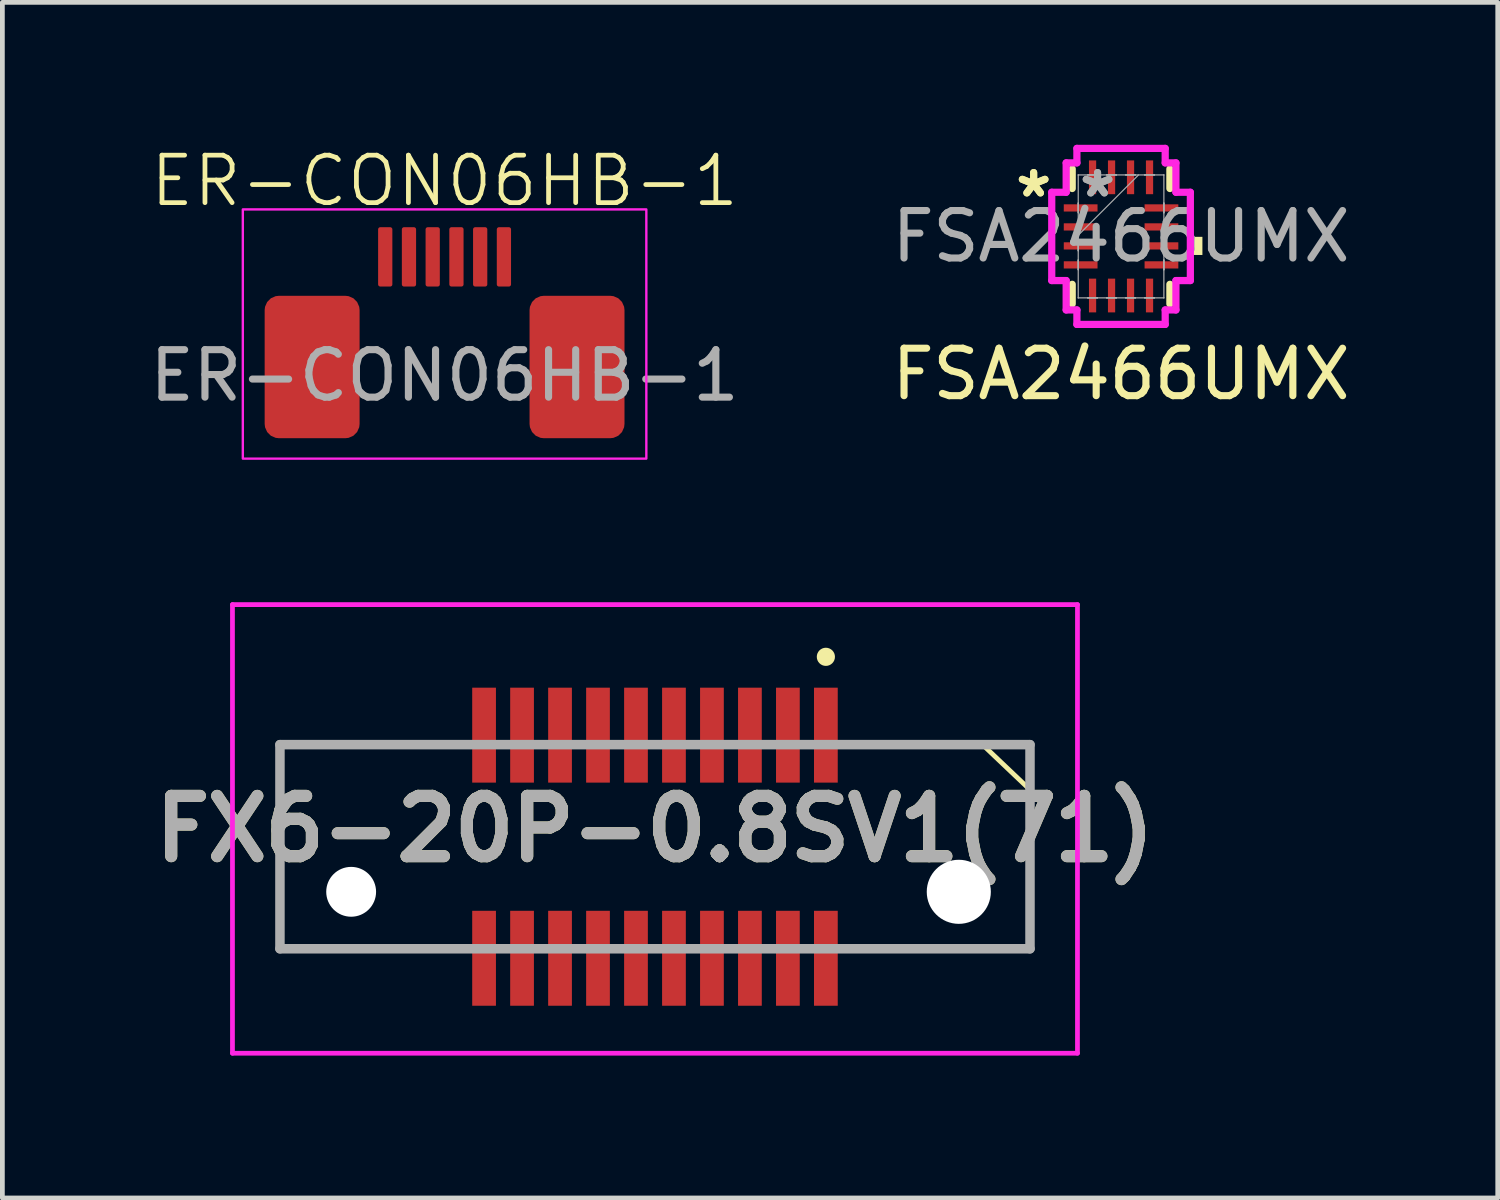
<source format=kicad_pcb>
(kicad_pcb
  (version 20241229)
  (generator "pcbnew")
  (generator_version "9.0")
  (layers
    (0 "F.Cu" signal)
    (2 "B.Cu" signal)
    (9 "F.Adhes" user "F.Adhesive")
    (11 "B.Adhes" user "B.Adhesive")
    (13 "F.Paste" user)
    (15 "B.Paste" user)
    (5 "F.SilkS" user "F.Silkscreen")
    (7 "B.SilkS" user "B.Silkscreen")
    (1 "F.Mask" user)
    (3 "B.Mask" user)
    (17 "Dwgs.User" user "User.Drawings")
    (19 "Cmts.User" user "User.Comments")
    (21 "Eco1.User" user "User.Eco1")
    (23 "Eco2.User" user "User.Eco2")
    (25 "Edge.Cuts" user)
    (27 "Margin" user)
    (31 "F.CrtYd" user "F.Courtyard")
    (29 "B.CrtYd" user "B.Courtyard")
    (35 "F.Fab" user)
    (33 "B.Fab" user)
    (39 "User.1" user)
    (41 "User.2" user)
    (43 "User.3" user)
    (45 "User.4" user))
  (footprint "ER-CON06HB-1"
    (layer "F.Cu")
    (at 6.315 2.361)
    (property "Reference" "ER-CON06HB-1" (at 0 -1.6 0) (unlocked yes) (layer "F.SilkS") (effects (font (size 1 1) (thickness 0.1))))
    (attr smd)
    (fp_rect (start -4.25 -1) (end 4.25 4.25) (stroke (width 0.05) (type default)) (fill no) (layer "F.CrtYd"))
    (fp_text user "${REFERENCE}" (at 0 2.5 0) (unlocked yes) (layer "F.Fab") (effects (font (size 1 1) (thickness 0.15))))
    (pad "1" smd roundrect (at -1.25 0) (size 0.3 1.25) (layers "F.Cu" "F.Mask" "F.Paste") (roundrect_rratio 0.15))
    (pad "2" smd roundrect (at -0.75 0) (size 0.3 1.25) (layers "F.Cu" "F.Mask" "F.Paste") (roundrect_rratio 0.15))
    (pad "3" smd roundrect (at -0.25 0) (size 0.3 1.25) (layers "F.Cu" "F.Mask" "F.Paste") (roundrect_rratio 0.15))
    (pad "4" smd roundrect (at 0.25 0) (size 0.3 1.25) (layers "F.Cu" "F.Mask" "F.Paste") (roundrect_rratio 0.15))
    (pad "5" smd roundrect (at 0.75 0) (size 0.3 1.25) (layers "F.Cu" "F.Mask" "F.Paste") (roundrect_rratio 0.15))
    (pad "6" smd roundrect (at 1.25 0) (size 0.3 1.25) (layers "F.Cu" "F.Mask" "F.Paste") (roundrect_rratio 0.15))
    (pad "MP" smd roundrect (at -2.79 2.32) (size 2 3) (layers "F.Cu" "F.Mask" "F.Paste") (roundrect_rratio 0.15))
    (pad "MP" smd roundrect (at 2.79 2.32) (size 2 3) (layers "F.Cu" "F.Mask" "F.Paste") (roundrect_rratio 0.15)))
  (footprint "FX6-20P-0.8SV1(71)"
    (layer "F.Cu")
    (at 10.747 14.786)
    (property "Reference" "FX6-20P-0.8SV1(71)" (at 0 -0.375 0) (layer "F.SilkS") (effects (font (size 1.27 1.27) (thickness 0.254))))
    (attr through_hole)
    (fp_line (start -7.9 -2.15) (end -7.9 -2.15) (stroke (width 0.1) (type solid)) (layer "F.SilkS"))
    (fp_line (start -7.9 -2.15) (end -7.9 -2.15) (stroke (width 0.1) (type solid)) (layer "F.SilkS"))
    (fp_line (start -7.9 -2.15) (end -7.9 2.15) (stroke (width 0.1) (type solid)) (layer "F.SilkS"))
    (fp_line (start -7.9 -2.15) (end -4.5 -2.15) (stroke (width 0.1) (type solid)) (layer "F.SilkS"))
    (fp_line (start -7.9 2.15) (end -7.9 -2.15) (stroke (width 0.1) (type solid)) (layer "F.SilkS"))
    (fp_line (start -7.9 2.15) (end -7.9 2.15) (stroke (width 0.1) (type solid)) (layer "F.SilkS"))
    (fp_line (start -7.9 2.15) (end -7.9 2.15) (stroke (width 0.1) (type solid)) (layer "F.SilkS"))
    (fp_line (start -7.9 2.15) (end -4.5 2.15) (stroke (width 0.1) (type solid)) (layer "F.SilkS"))
    (fp_line (start -4.5 -2.15) (end -7.9 -2.15) (stroke (width 0.1) (type solid)) (layer "F.SilkS"))
    (fp_line (start -4.5 -2.15) (end -4.5 -2.15) (stroke (width 0.1) (type solid)) (layer "F.SilkS"))
    (fp_line (start -4.5 2.15) (end -7.9 2.15) (stroke (width 0.1) (type solid)) (layer "F.SilkS"))
    (fp_line (start -4.5 2.15) (end -4.5 2.15) (stroke (width 0.1) (type solid)) (layer "F.SilkS"))
    (fp_line (start 4.5 -2.15) (end 4.5 -2.15) (stroke (width 0.1) (type solid)) (layer "F.SilkS"))
    (fp_line (start 4.5 -2.15) (end 6.9 -2.15) (stroke (width 0.1) (type solid)) (layer "F.SilkS"))
    (fp_line (start 4.5 2.15) (end 4.5 2.15) (stroke (width 0.1) (type solid)) (layer "F.SilkS"))
    (fp_line (start 4.5 2.15) (end 7.9 2.15) (stroke (width 0.1) (type solid)) (layer "F.SilkS"))
    (fp_line (start 6.9 -2.15) (end 4.5 -2.15) (stroke (width 0.1) (type solid)) (layer "F.SilkS"))
    (fp_line (start 6.9 -2.15) (end 7.9 -1.2) (stroke (width 0.1) (type default)) (layer "F.SilkS"))
    (fp_line (start 7.9 -1.2) (end 7.9 2.15) (stroke (width 0.1) (type solid)) (layer "F.SilkS"))
    (fp_line (start 7.9 2.15) (end 4.5 2.15) (stroke (width 0.1) (type solid)) (layer "F.SilkS"))
    (fp_line (start 7.9 2.15) (end 7.9 -1.2) (stroke (width 0.1) (type solid)) (layer "F.SilkS"))
    (fp_line (start 7.9 2.15) (end 7.9 2.15) (stroke (width 0.1) (type solid)) (layer "F.SilkS"))
    (fp_line (start 7.9 2.15) (end 7.9 2.15) (stroke (width 0.1) (type solid)) (layer "F.SilkS"))
    (fp_circle (center 3.6 -4) (end 3.7 -3.9) (stroke (width 0.1) (type solid)) (fill yes) (layer "F.SilkS"))
    (fp_line (start -8.9 -5.1) (end 8.9 -5.1) (stroke (width 0.1) (type solid)) (layer "F.CrtYd"))
    (fp_line (start -8.9 4.35) (end -8.9 -5.1) (stroke (width 0.1) (type solid)) (layer "F.CrtYd"))
    (fp_line (start 8.9 -5.1) (end 8.9 4.35) (stroke (width 0.1) (type solid)) (layer "F.CrtYd"))
    (fp_line (start 8.9 4.35) (end -8.9 4.35) (stroke (width 0.1) (type solid)) (layer "F.CrtYd"))
    (fp_line (start -7.9 -2.15) (end -7.9 2.15) (stroke (width 0.2) (type solid)) (layer "F.Fab"))
    (fp_line (start -7.9 2.15) (end 7.9 2.15) (stroke (width 0.2) (type solid)) (layer "F.Fab"))
    (fp_line (start 7.9 -2.15) (end -7.9 -2.15) (stroke (width 0.2) (type solid)) (layer "F.Fab"))
    (fp_line (start 7.9 2.15) (end 7.9 -2.15) (stroke (width 0.2) (type solid)) (layer "F.Fab"))
    (fp_text user "${REFERENCE}" (at 0 -0.375 0) (layer "F.Fab") (effects (font (size 1.27 1.27) (thickness 0.254))))
    (pad "" np_thru_hole circle (at -6.4 0.95) (size 1.05 1.05) (drill 1.05) (layers "*.Cu" "*.Mask"))
    (pad "" np_thru_hole circle (at 6.4 0.95) (size 1.35 1.35) (drill 1.35) (layers "*.Cu" "*.Mask"))
    (pad "1" smd rect (at 3.6 -2.35) (size 0.5 2) (layers "F.Cu" "F.Mask" "F.Paste"))
    (pad "2" smd rect (at 3.6 2.35) (size 0.5 2) (layers "F.Cu" "F.Mask" "F.Paste"))
    (pad "3" smd rect (at 2.8 -2.35) (size 0.5 2) (layers "F.Cu" "F.Mask" "F.Paste"))
    (pad "4" smd rect (at 2.8 2.35) (size 0.5 2) (layers "F.Cu" "F.Mask" "F.Paste"))
    (pad "5" smd rect (at 2 -2.35) (size 0.5 2) (layers "F.Cu" "F.Mask" "F.Paste"))
    (pad "6" smd rect (at 2 2.35) (size 0.5 2) (layers "F.Cu" "F.Mask" "F.Paste"))
    (pad "7" smd rect (at 1.2 -2.35) (size 0.5 2) (layers "F.Cu" "F.Mask" "F.Paste"))
    (pad "8" smd rect (at 1.2 2.35) (size 0.5 2) (layers "F.Cu" "F.Mask" "F.Paste"))
    (pad "9" smd rect (at 0.4 -2.35) (size 0.5 2) (layers "F.Cu" "F.Mask" "F.Paste"))
    (pad "10" smd rect (at 0.4 2.35) (size 0.5 2) (layers "F.Cu" "F.Mask" "F.Paste"))
    (pad "11" smd rect (at -0.4 -2.35) (size 0.5 2) (layers "F.Cu" "F.Mask" "F.Paste"))
    (pad "12" smd rect (at -0.4 2.35) (size 0.5 2) (layers "F.Cu" "F.Mask" "F.Paste"))
    (pad "13" smd rect (at -1.2 -2.35) (size 0.5 2) (layers "F.Cu" "F.Mask" "F.Paste"))
    (pad "14" smd rect (at -1.2 2.35) (size 0.5 2) (layers "F.Cu" "F.Mask" "F.Paste"))
    (pad "15" smd rect (at -2 -2.35) (size 0.5 2) (layers "F.Cu" "F.Mask" "F.Paste"))
    (pad "16" smd rect (at -2 2.35) (size 0.5 2) (layers "F.Cu" "F.Mask" "F.Paste"))
    (pad "17" smd rect (at -2.8 -2.35) (size 0.5 2) (layers "F.Cu" "F.Mask" "F.Paste"))
    (pad "18" smd rect (at -2.8 2.35) (size 0.5 2) (layers "F.Cu" "F.Mask" "F.Paste"))
    (pad "19" smd rect (at -3.6 -2.35) (size 0.5 2) (layers "F.Cu" "F.Mask" "F.Paste"))
    (pad "20" smd rect (at -3.6 2.35) (size 0.5 2) (layers "F.Cu" "F.Mask" "F.Paste")))
  (footprint "FSA2466UMX"
    (layer "F.Cu")
    (at 20.565 1.93)
    (property "Reference" "FSA2466UMX" (at 0 2.9 0) (unlocked yes) (layer "F.SilkS") (effects (font (size 1 1) (thickness 0.15))))
    (attr smd)
    (fp_line (start -1.029 -1.422) (end -1.029 -1.009) (stroke (width 0.152) (type solid)) (layer "F.SilkS"))
    (fp_line (start -1.029 1.009) (end -1.029 1.422) (stroke (width 0.152) (type solid)) (layer "F.SilkS"))
    (fp_line (start 1.029 -1.009) (end 1.029 -1.422) (stroke (width 0.152) (type solid)) (layer "F.SilkS"))
    (fp_line (start 1.029 1.422) (end 1.029 1.009) (stroke (width 0.152) (type solid)) (layer "F.SilkS"))
    (fp_poly (pts (xy 1.714 0.009) (xy 1.714 0.391) (xy 1.46 0.391) (xy 1.46 0.009)) (stroke (width 0) (type solid)) (fill yes) (layer "F.SilkS"))
    (fp_line (start -1.46 -0.93) (end -1.156 -0.93) (stroke (width 0.152) (type solid)) (layer "F.CrtYd"))
    (fp_line (start -1.46 0.93) (end -1.46 -0.93) (stroke (width 0.152) (type solid)) (layer "F.CrtYd"))
    (fp_line (start -1.156 -1.549) (end -0.93 -1.549) (stroke (width 0.152) (type solid)) (layer "F.CrtYd"))
    (fp_line (start -1.156 -0.93) (end -1.156 -1.549) (stroke (width 0.152) (type solid)) (layer "F.CrtYd"))
    (fp_line (start -1.156 0.93) (end -1.46 0.93) (stroke (width 0.152) (type solid)) (layer "F.CrtYd"))
    (fp_line (start -1.156 1.549) (end -1.156 0.93) (stroke (width 0.152) (type solid)) (layer "F.CrtYd"))
    (fp_line (start -0.93 -1.854) (end 0.93 -1.854) (stroke (width 0.152) (type solid)) (layer "F.CrtYd"))
    (fp_line (start -0.93 -1.549) (end -0.93 -1.854) (stroke (width 0.152) (type solid)) (layer "F.CrtYd"))
    (fp_line (start -0.93 1.549) (end -1.156 1.549) (stroke (width 0.152) (type solid)) (layer "F.CrtYd"))
    (fp_line (start -0.93 1.854) (end -0.93 1.549) (stroke (width 0.152) (type solid)) (layer "F.CrtYd"))
    (fp_line (start 0.93 -1.854) (end 0.93 -1.549) (stroke (width 0.152) (type solid)) (layer "F.CrtYd"))
    (fp_line (start 0.93 -1.549) (end 1.156 -1.549) (stroke (width 0.152) (type solid)) (layer "F.CrtYd"))
    (fp_line (start 0.93 1.549) (end 0.93 1.854) (stroke (width 0.152) (type solid)) (layer "F.CrtYd"))
    (fp_line (start 0.93 1.854) (end -0.93 1.854) (stroke (width 0.152) (type solid)) (layer "F.CrtYd"))
    (fp_line (start 1.156 -1.549) (end 1.156 -0.93) (stroke (width 0.152) (type solid)) (layer "F.CrtYd"))
    (fp_line (start 1.156 -0.93) (end 1.46 -0.93) (stroke (width 0.152) (type solid)) (layer "F.CrtYd"))
    (fp_line (start 1.156 0.93) (end 1.156 1.549) (stroke (width 0.152) (type solid)) (layer "F.CrtYd"))
    (fp_line (start 1.156 1.549) (end 0.93 1.549) (stroke (width 0.152) (type solid)) (layer "F.CrtYd"))
    (fp_line (start 1.46 -0.93) (end 1.46 0.93) (stroke (width 0.152) (type solid)) (layer "F.CrtYd"))
    (fp_line (start 1.46 0.93) (end 1.156 0.93) (stroke (width 0.152) (type solid)) (layer "F.CrtYd"))
    (fp_line (start -0.902 -1.295) (end -0.902 -1.295) (stroke (width 0.025) (type solid)) (layer "F.Fab"))
    (fp_line (start -0.902 -1.295) (end -0.902 1.295) (stroke (width 0.025) (type solid)) (layer "F.Fab"))
    (fp_line (start -0.902 -0.702) (end -0.902 -0.702) (stroke (width 0.025) (type solid)) (layer "F.Fab"))
    (fp_line (start -0.902 -0.702) (end -0.902 -0.498) (stroke (width 0.025) (type solid)) (layer "F.Fab"))
    (fp_line (start -0.902 -0.498) (end -0.902 -0.702) (stroke (width 0.025) (type solid)) (layer "F.Fab"))
    (fp_line (start -0.902 -0.498) (end -0.902 -0.498) (stroke (width 0.025) (type solid)) (layer "F.Fab"))
    (fp_line (start -0.902 -0.302) (end -0.902 -0.302) (stroke (width 0.025) (type solid)) (layer "F.Fab"))
    (fp_line (start -0.902 -0.302) (end -0.902 -0.098) (stroke (width 0.025) (type solid)) (layer "F.Fab"))
    (fp_line (start -0.902 -0.098) (end -0.902 -0.302) (stroke (width 0.025) (type solid)) (layer "F.Fab"))
    (fp_line (start -0.902 -0.098) (end -0.902 -0.098) (stroke (width 0.025) (type solid)) (layer "F.Fab"))
    (fp_line (start -0.902 -0.025) (end 0.368 -1.295) (stroke (width 0.025) (type solid)) (layer "F.Fab"))
    (fp_line (start -0.902 0.098) (end -0.902 0.098) (stroke (width 0.025) (type solid)) (layer "F.Fab"))
    (fp_line (start -0.902 0.098) (end -0.902 0.302) (stroke (width 0.025) (type solid)) (layer "F.Fab"))
    (fp_line (start -0.902 0.302) (end -0.902 0.098) (stroke (width 0.025) (type solid)) (layer "F.Fab"))
    (fp_line (start -0.902 0.302) (end -0.902 0.302) (stroke (width 0.025) (type solid)) (layer "F.Fab"))
    (fp_line (start -0.902 0.498) (end -0.902 0.498) (stroke (width 0.025) (type solid)) (layer "F.Fab"))
    (fp_line (start -0.902 0.498) (end -0.902 0.702) (stroke (width 0.025) (type solid)) (layer "F.Fab"))
    (fp_line (start -0.902 0.702) (end -0.902 0.498) (stroke (width 0.025) (type solid)) (layer "F.Fab"))
    (fp_line (start -0.902 0.702) (end -0.902 0.702) (stroke (width 0.025) (type solid)) (layer "F.Fab"))
    (fp_line (start -0.902 1.295) (end -0.902 1.295) (stroke (width 0.025) (type solid)) (layer "F.Fab"))
    (fp_line (start -0.902 1.295) (end 0.902 1.295) (stroke (width 0.025) (type solid)) (layer "F.Fab"))
    (fp_line (start -0.702 -1.295) (end -0.702 -1.295) (stroke (width 0.025) (type solid)) (layer "F.Fab"))
    (fp_line (start -0.702 -1.295) (end -0.498 -1.295) (stroke (width 0.025) (type solid)) (layer "F.Fab"))
    (fp_line (start -0.702 1.295) (end -0.702 1.295) (stroke (width 0.025) (type solid)) (layer "F.Fab"))
    (fp_line (start -0.702 1.295) (end -0.498 1.295) (stroke (width 0.025) (type solid)) (layer "F.Fab"))
    (fp_line (start -0.498 -1.295) (end -0.702 -1.295) (stroke (width 0.025) (type solid)) (layer "F.Fab"))
    (fp_line (start -0.498 -1.295) (end -0.498 -1.295) (stroke (width 0.025) (type solid)) (layer "F.Fab"))
    (fp_line (start -0.498 1.295) (end -0.702 1.295) (stroke (width 0.025) (type solid)) (layer "F.Fab"))
    (fp_line (start -0.498 1.295) (end -0.498 1.295) (stroke (width 0.025) (type solid)) (layer "F.Fab"))
    (fp_line (start -0.302 -1.295) (end -0.302 -1.295) (stroke (width 0.025) (type solid)) (layer "F.Fab"))
    (fp_line (start -0.302 -1.295) (end -0.098 -1.295) (stroke (width 0.025) (type solid)) (layer "F.Fab"))
    (fp_line (start -0.302 1.295) (end -0.302 1.295) (stroke (width 0.025) (type solid)) (layer "F.Fab"))
    (fp_line (start -0.302 1.295) (end -0.098 1.295) (stroke (width 0.025) (type solid)) (layer "F.Fab"))
    (fp_line (start -0.098 -1.295) (end -0.302 -1.295) (stroke (width 0.025) (type solid)) (layer "F.Fab"))
    (fp_line (start -0.098 -1.295) (end -0.098 -1.295) (stroke (width 0.025) (type solid)) (layer "F.Fab"))
    (fp_line (start -0.098 1.295) (end -0.302 1.295) (stroke (width 0.025) (type solid)) (layer "F.Fab"))
    (fp_line (start -0.098 1.295) (end -0.098 1.295) (stroke (width 0.025) (type solid)) (layer "F.Fab"))
    (fp_line (start 0.098 -1.295) (end 0.098 -1.295) (stroke (width 0.025) (type solid)) (layer "F.Fab"))
    (fp_line (start 0.098 -1.295) (end 0.302 -1.295) (stroke (width 0.025) (type solid)) (layer "F.Fab"))
    (fp_line (start 0.098 1.295) (end 0.098 1.295) (stroke (width 0.025) (type solid)) (layer "F.Fab"))
    (fp_line (start 0.098 1.295) (end 0.302 1.295) (stroke (width 0.025) (type solid)) (layer "F.Fab"))
    (fp_line (start 0.302 -1.295) (end 0.098 -1.295) (stroke (width 0.025) (type solid)) (layer "F.Fab"))
    (fp_line (start 0.302 -1.295) (end 0.302 -1.295) (stroke (width 0.025) (type solid)) (layer "F.Fab"))
    (fp_line (start 0.302 1.295) (end 0.098 1.295) (stroke (width 0.025) (type solid)) (layer "F.Fab"))
    (fp_line (start 0.302 1.295) (end 0.302 1.295) (stroke (width 0.025) (type solid)) (layer "F.Fab"))
    (fp_line (start 0.498 -1.295) (end 0.498 -1.295) (stroke (width 0.025) (type solid)) (layer "F.Fab"))
    (fp_line (start 0.498 -1.295) (end 0.702 -1.295) (stroke (width 0.025) (type solid)) (layer "F.Fab"))
    (fp_line (start 0.498 1.295) (end 0.498 1.295) (stroke (width 0.025) (type solid)) (layer "F.Fab"))
    (fp_line (start 0.498 1.295) (end 0.702 1.295) (stroke (width 0.025) (type solid)) (layer "F.Fab"))
    (fp_line (start 0.702 -1.295) (end 0.498 -1.295) (stroke (width 0.025) (type solid)) (layer "F.Fab"))
    (fp_line (start 0.702 -1.295) (end 0.702 -1.295) (stroke (width 0.025) (type solid)) (layer "F.Fab"))
    (fp_line (start 0.702 1.295) (end 0.498 1.295) (stroke (width 0.025) (type solid)) (layer "F.Fab"))
    (fp_line (start 0.702 1.295) (end 0.702 1.295) (stroke (width 0.025) (type solid)) (layer "F.Fab"))
    (fp_line (start 0.902 -1.295) (end -0.902 -1.295) (stroke (width 0.025) (type solid)) (layer "F.Fab"))
    (fp_line (start 0.902 -1.295) (end 0.902 -1.295) (stroke (width 0.025) (type solid)) (layer "F.Fab"))
    (fp_line (start 0.902 -0.702) (end 0.902 -0.702) (stroke (width 0.025) (type solid)) (layer "F.Fab"))
    (fp_line (start 0.902 -0.702) (end 0.902 -0.498) (stroke (width 0.025) (type solid)) (layer "F.Fab"))
    (fp_line (start 0.902 -0.498) (end 0.902 -0.702) (stroke (width 0.025) (type solid)) (layer "F.Fab"))
    (fp_line (start 0.902 -0.498) (end 0.902 -0.498) (stroke (width 0.025) (type solid)) (layer "F.Fab"))
    (fp_line (start 0.902 -0.302) (end 0.902 -0.302) (stroke (width 0.025) (type solid)) (layer "F.Fab"))
    (fp_line (start 0.902 -0.302) (end 0.902 -0.098) (stroke (width 0.025) (type solid)) (layer "F.Fab"))
    (fp_line (start 0.902 -0.098) (end 0.902 -0.302) (stroke (width 0.025) (type solid)) (layer "F.Fab"))
    (fp_line (start 0.902 -0.098) (end 0.902 -0.098) (stroke (width 0.025) (type solid)) (layer "F.Fab"))
    (fp_line (start 0.902 0.098) (end 0.902 0.098) (stroke (width 0.025) (type solid)) (layer "F.Fab"))
    (fp_line (start 0.902 0.098) (end 0.902 0.302) (stroke (width 0.025) (type solid)) (layer "F.Fab"))
    (fp_line (start 0.902 0.302) (end 0.902 0.098) (stroke (width 0.025) (type solid)) (layer "F.Fab"))
    (fp_line (start 0.902 0.302) (end 0.902 0.302) (stroke (width 0.025) (type solid)) (layer "F.Fab"))
    (fp_line (start 0.902 0.498) (end 0.902 0.498) (stroke (width 0.025) (type solid)) (layer "F.Fab"))
    (fp_line (start 0.902 0.498) (end 0.902 0.702) (stroke (width 0.025) (type solid)) (layer "F.Fab"))
    (fp_line (start 0.902 0.702) (end 0.902 0.498) (stroke (width 0.025) (type solid)) (layer "F.Fab"))
    (fp_line (start 0.902 0.702) (end 0.902 0.702) (stroke (width 0.025) (type solid)) (layer "F.Fab"))
    (fp_line (start 0.902 1.295) (end 0.902 -1.295) (stroke (width 0.025) (type solid)) (layer "F.Fab"))
    (fp_line (start 0.902 1.295) (end 0.902 1.295) (stroke (width 0.025) (type solid)) (layer "F.Fab"))
    (fp_text user "*" (at -1.841 -0.8 0) (layer "F.SilkS") (effects (font (size 1 1) (thickness 0.15))))
    (fp_text user "*" (at -1.841 -0.8 0) (unlocked yes) (layer "F.SilkS") (effects (font (size 1 1) (thickness 0.15))))
    (fp_text user "${REFERENCE}" (at 0 0 0) (unlocked yes) (layer "F.Fab") (effects (font (size 1 1) (thickness 0.15))))
    (fp_text user "*" (at -0.495 -0.8 0) (layer "F.Fab") (effects (font (size 1 1) (thickness 0.15))))
    (fp_text user "*" (at -0.495 -0.8 0) (unlocked yes) (layer "F.Fab") (effects (font (size 1 1) (thickness 0.15))))
    (pad "1" smd rect (at -0.851 -0.6 90) (size 0.152 0.711) (layers "F.Cu" "F.Mask" "F.Paste"))
    (pad "2" smd rect (at -0.851 -0.2 90) (size 0.152 0.711) (layers "F.Cu" "F.Mask" "F.Paste"))
    (pad "3" smd rect (at -0.851 0.2 90) (size 0.152 0.711) (layers "F.Cu" "F.Mask" "F.Paste"))
    (pad "4" smd rect (at -0.851 0.6 90) (size 0.152 0.711) (layers "F.Cu" "F.Mask" "F.Paste"))
    (pad "5" smd rect (at -0.6 1.245) (size 0.152 0.711) (layers "F.Cu" "F.Mask" "F.Paste"))
    (pad "6" smd rect (at -0.2 1.245) (size 0.152 0.711) (layers "F.Cu" "F.Mask" "F.Paste"))
    (pad "7" smd rect (at 0.2 1.245) (size 0.152 0.711) (layers "F.Cu" "F.Mask" "F.Paste"))
    (pad "8" smd rect (at 0.6 1.245) (size 0.152 0.711) (layers "F.Cu" "F.Mask" "F.Paste"))
    (pad "9" smd rect (at 0.851 0.6 90) (size 0.152 0.711) (layers "F.Cu" "F.Mask" "F.Paste"))
    (pad "10" smd rect (at 0.851 0.2 90) (size 0.152 0.711) (layers "F.Cu" "F.Mask" "F.Paste"))
    (pad "11" smd rect (at 0.851 -0.2 90) (size 0.152 0.711) (layers "F.Cu" "F.Mask" "F.Paste"))
    (pad "12" smd rect (at 0.851 -0.6 90) (size 0.152 0.711) (layers "F.Cu" "F.Mask" "F.Paste"))
    (pad "13" smd rect (at 0.6 -1.245) (size 0.152 0.711) (layers "F.Cu" "F.Mask" "F.Paste"))
    (pad "14" smd rect (at 0.2 -1.245) (size 0.152 0.711) (layers "F.Cu" "F.Mask" "F.Paste"))
    (pad "15" smd rect (at -0.2 -1.245) (size 0.152 0.711) (layers "F.Cu" "F.Mask" "F.Paste"))
    (pad "16" smd rect (at -0.6 -1.245) (size 0.152 0.711) (layers "F.Cu" "F.Mask" "F.Paste")))
  (gr_rect
    (start -3 -3)
    (end 28.5 22.186)
    (stroke (width 0.1) (type default))
    (fill no)
    (layer "Edge.Cuts")))
</source>
